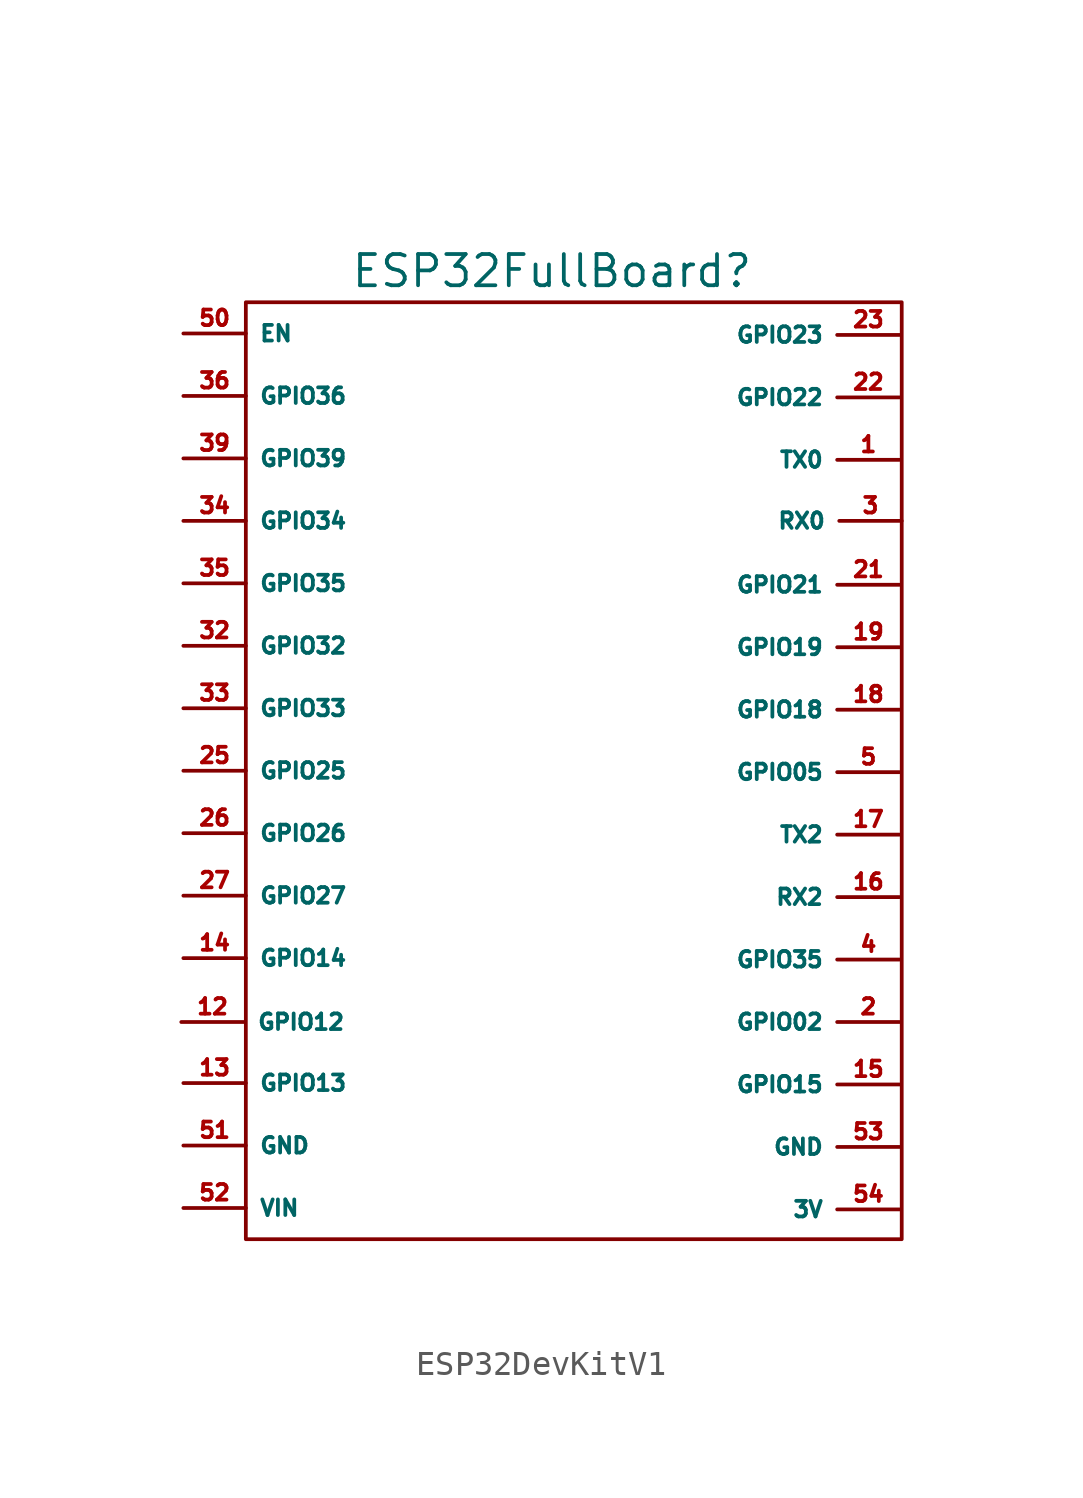
<source format=kicad_sym>
(kicad_symbol_lib
  (version 20241209)
  (generator "kicad_symbol_editor")
  (generator_version "9.0")
  (symbol "ESP32DevKitV1"
    (property "Reference" "ESP32FullBoard"
      (at 6.096 -2.54 0)
      (effects (font (size 1.27 1.27))))
    (property "Value" ""
      (at 0 0 0)
      (effects (font (size 1.27 1.27))))
    (symbol "ESP32DevKitV1_0_1"
      (rectangle (start -6.35 -3.81) (end 20.32 -41.91) (stroke (width 0) (type default)) (fill (type none))))
    (symbol "ESP32DevKitV1_1_1"
      (pin bidirectional line (at -8.975 -33.078 0) (length 2.54) (name "GPIO12" (effects (font (size 0.635 0.635)))) (number "12" (effects (font (size 0.635 0.635)))))
      (pin input line (at -8.89 -5.08 0) (length 2.54) (name "EN" (effects (font (size 0.635 0.635)))) (number "50" (effects (font (size 0.635 0.635)))))
      (pin input line (at -8.89 -7.62 0) (length 2.54) (name "GPIO36" (effects (font (size 0.635 0.635)))) (number "36" (effects (font (size 0.635 0.635)))))
      (pin input line (at -8.89 -10.16 0) (length 2.54) (name "GPIO39" (effects (font (size 0.635 0.635)))) (number "39" (effects (font (size 0.635 0.635)))))
      (pin input line (at -8.89 -12.7 0) (length 2.54) (name "GPIO34" (effects (font (size 0.635 0.635)))) (number "34" (effects (font (size 0.635 0.635)))))
      (pin input line (at -8.89 -15.24 0) (length 2.54) (name "GPIO35" (effects (font (size 0.635 0.635)))) (number "35" (effects (font (size 0.635 0.635)))))
      (pin bidirectional line (at -8.89 -17.78 0) (length 2.54) (name "GPIO32" (effects (font (size 0.635 0.635)))) (number "32" (effects (font (size 0.635 0.635)))))
      (pin bidirectional line (at -8.89 -20.32 0) (length 2.54) (name "GPIO33" (effects (font (size 0.635 0.635)))) (number "33" (effects (font (size 0.635 0.635)))))
      (pin bidirectional line (at -8.89 -22.86 0) (length 2.54) (name "GPIO25" (effects (font (size 0.635 0.635)))) (number "25" (effects (font (size 0.635 0.635)))))
      (pin bidirectional line (at -8.89 -25.4 0) (length 2.54) (name "GPIO26" (effects (font (size 0.635 0.635)))) (number "26" (effects (font (size 0.635 0.635)))))
      (pin bidirectional line (at -8.89 -27.94 0) (length 2.54) (name "GPIO27" (effects (font (size 0.635 0.635)))) (number "27" (effects (font (size 0.635 0.635)))))
      (pin bidirectional line (at -8.89 -30.48 0) (length 2.54) (name "GPIO14" (effects (font (size 0.635 0.635)))) (number "14" (effects (font (size 0.635 0.635)))))
      (pin bidirectional line (at -8.89 -35.56 0) (length 2.54) (name "GPIO13" (effects (font (size 0.635 0.635)))) (number "13" (effects (font (size 0.635 0.635)))))
      (pin power_in line (at -8.89 -38.1 0) (length 2.54) (name "GND" (effects (font (size 0.635 0.635)))) (number "51" (effects (font (size 0.635 0.635)))))
      (pin bidirectional line (at -8.89 -40.64 0) (length 2.54) (name "VIN" (effects (font (size 0.635 0.635)))) (number "52" (effects (font (size 0.635 0.635)))))
      (pin bidirectional line (at 20.235 -5.138 180) (length 2.54) (name "GPIO23" (effects (font (size 0.635 0.635)))) (number "23" (effects (font (size 0.635 0.635)))))
      (pin bidirectional line (at 20.235 -7.678 180) (length 2.54) (name "GPIO22" (effects (font (size 0.635 0.635)))) (number "22" (effects (font (size 0.635 0.635)))))
      (pin bidirectional line (at 20.235 -10.218 180) (length 2.54) (name "TX0" (effects (font (size 0.635 0.635)))) (number "1" (effects (font (size 0.635 0.635)))))
      (pin bidirectional line (at 20.235 -15.298 180) (length 2.54) (name "GPIO21" (effects (font (size 0.635 0.635)))) (number "21" (effects (font (size 0.635 0.635)))))
      (pin bidirectional line (at 20.235 -17.838 180) (length 2.54) (name "GPIO19" (effects (font (size 0.635 0.635)))) (number "19" (effects (font (size 0.635 0.635)))))
      (pin bidirectional line (at 20.235 -20.378 180) (length 2.54) (name "GPIO18" (effects (font (size 0.635 0.635)))) (number "18" (effects (font (size 0.635 0.635)))))
      (pin bidirectional line (at 20.235 -22.918 180) (length 2.54) (name "GPIO05" (effects (font (size 0.635 0.635)))) (number "5" (effects (font (size 0.635 0.635)))))
      (pin bidirectional line (at 20.235 -25.458 180) (length 2.54) (name "TX2" (effects (font (size 0.635 0.635)))) (number "17" (effects (font (size 0.635 0.635)))))
      (pin bidirectional line (at 20.235 -27.998 180) (length 2.54) (name "RX2" (effects (font (size 0.635 0.635)))) (number "16" (effects (font (size 0.635 0.635)))))
      (pin bidirectional line (at 20.235 -30.538 180) (length 2.54) (name "GPIO35" (effects (font (size 0.635 0.635)))) (number "4" (effects (font (size 0.635 0.635)))))
      (pin bidirectional line (at 20.235 -33.078 180) (length 2.54) (name "GPIO02" (effects (font (size 0.635 0.635)))) (number "2" (effects (font (size 0.635 0.635)))))
      (pin bidirectional line (at 20.235 -35.618 180) (length 2.54) (name "GPIO15" (effects (font (size 0.635 0.635)))) (number "15" (effects (font (size 0.635 0.635)))))
      (pin power_in line (at 20.235 -38.158 180) (length 2.54) (name "GND" (effects (font (size 0.635 0.635)))) (number "53" (effects (font (size 0.635 0.635)))))
      (pin power_out line (at 20.235 -40.698 180) (length 2.54) (name "3V" (effects (font (size 0.635 0.635)))) (number "54" (effects (font (size 0.635 0.635)))))
      (pin bidirectional line (at 20.32 -12.7 180) (length 2.54) (name "RX0" (effects (font (size 0.635 0.635)))) (number "3" (effects (font (size 0.635 0.635))))))))
</source>
